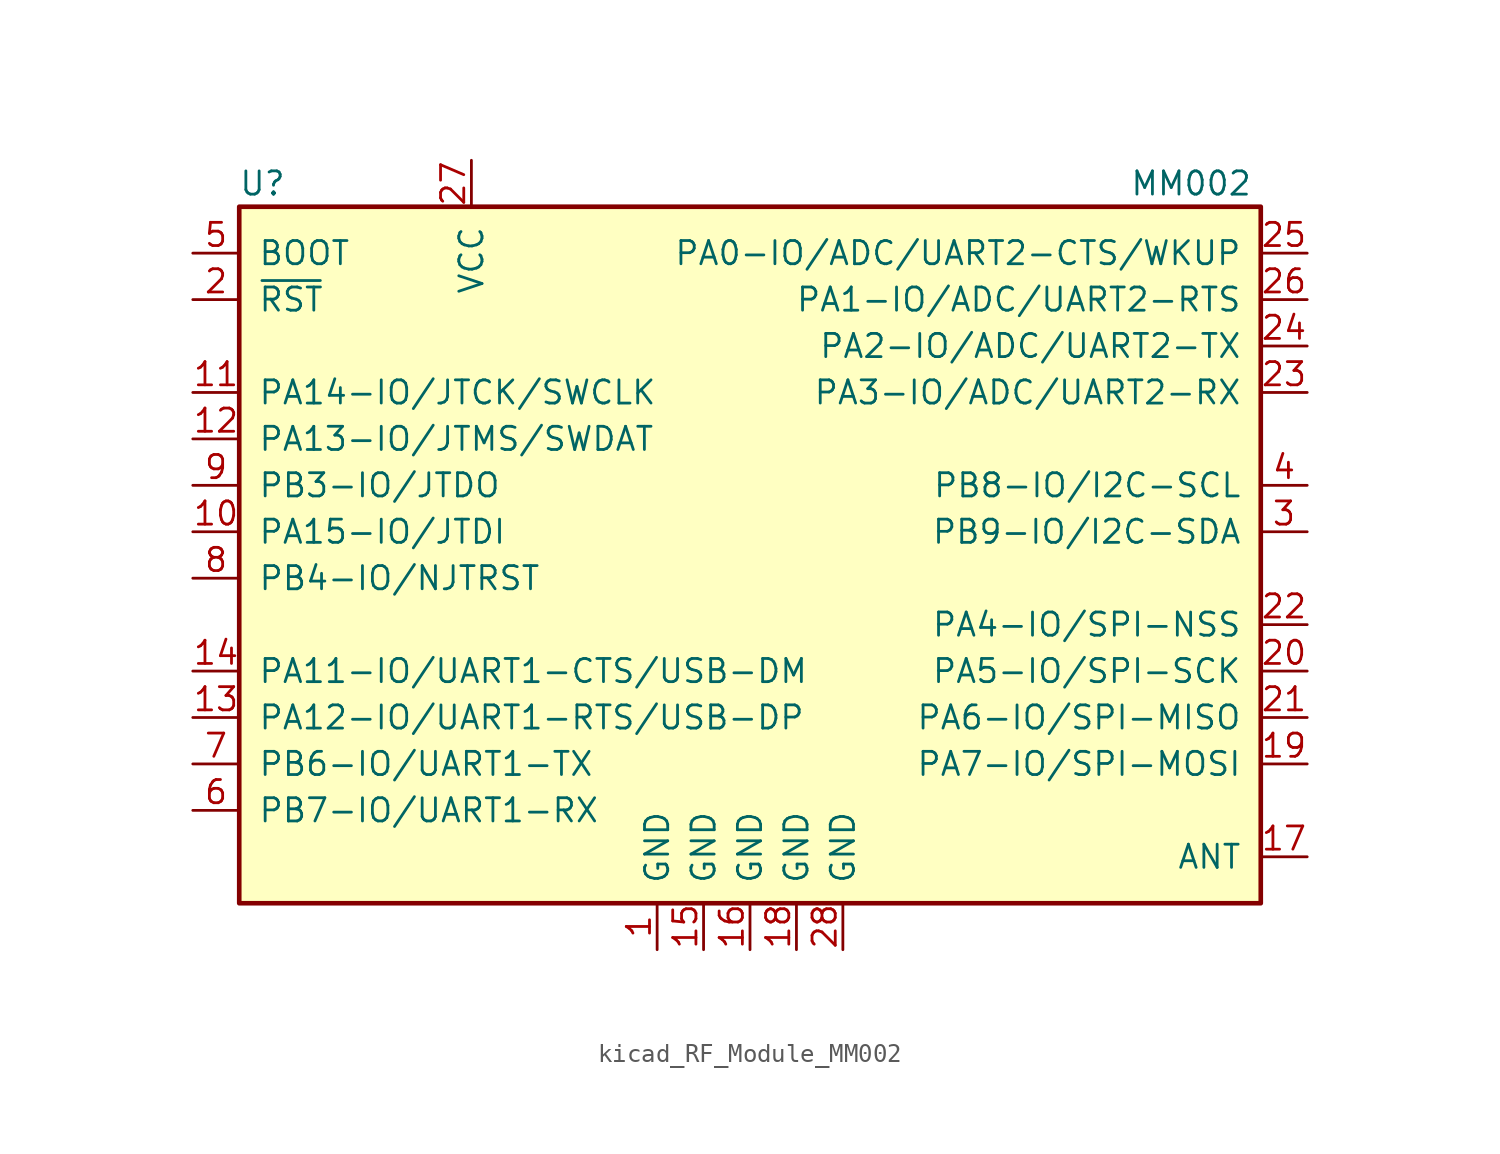
<source format=kicad_sym>
(kicad_symbol_lib
  (version 20220914)
  (generator kicad_symbol_editor)
  (symbol "kicad_RF_Module_MM002"
    (pin_names
      (offset 1.016))
    (property "Reference" "U"
      (at -26.67 21.59 0)
      (effects (font (size 1.27 1.27))))
    (property "Value" "MM002"
      (at 24.13 21.59 0)
      (effects (font (size 1.27 1.27))))
    (symbol "kicad_RF_Module_MM002_0_1"
      (rectangle (start -27.94 20.32) (end 27.94 -17.78) (stroke (width 0.254) (type default)) (fill (type background))))
    (symbol "kicad_RF_Module_MM002_1_1"
      (pin power_in line (at -5.08 -20.32 90) (length 2.54) (name "GND" (effects (font (size 1.27 1.27)))) (number "1" (effects (font (size 1.27 1.27)))))
      (pin bidirectional line (at -30.48 2.54 0) (length 2.54) (name "PA15-IO/JTDI" (effects (font (size 1.27 1.27)))) (number "10" (effects (font (size 1.27 1.27)))))
      (pin bidirectional line (at -30.48 10.16 0) (length 2.54) (name "PA14-IO/JTCK/SWCLK" (effects (font (size 1.27 1.27)))) (number "11" (effects (font (size 1.27 1.27)))))
      (pin bidirectional line (at -30.48 7.62 0) (length 2.54) (name "PA13-IO/JTMS/SWDAT" (effects (font (size 1.27 1.27)))) (number "12" (effects (font (size 1.27 1.27)))))
      (pin bidirectional line (at -30.48 -7.62 0) (length 2.54) (name "PA12-IO/UART1-RTS/USB-DP" (effects (font (size 1.27 1.27)))) (number "13" (effects (font (size 1.27 1.27)))))
      (pin bidirectional line (at -30.48 -5.08 0) (length 2.54) (name "PA11-IO/UART1-CTS/USB-DM" (effects (font (size 1.27 1.27)))) (number "14" (effects (font (size 1.27 1.27)))))
      (pin power_in line (at -2.54 -20.32 90) (length 2.54) (name "GND" (effects (font (size 1.27 1.27)))) (number "15" (effects (font (size 1.27 1.27)))))
      (pin power_in line (at 0 -20.32 90) (length 2.54) (name "GND" (effects (font (size 1.27 1.27)))) (number "16" (effects (font (size 1.27 1.27)))))
      (pin bidirectional line (at 30.48 -15.24 180) (length 2.54) (name "ANT" (effects (font (size 1.27 1.27)))) (number "17" (effects (font (size 1.27 1.27)))))
      (pin power_in line (at 2.54 -20.32 90) (length 2.54) (name "GND" (effects (font (size 1.27 1.27)))) (number "18" (effects (font (size 1.27 1.27)))))
      (pin bidirectional line (at 30.48 -10.16 180) (length 2.54) (name "PA7-IO/SPI-MOSI" (effects (font (size 1.27 1.27)))) (number "19" (effects (font (size 1.27 1.27)))))
      (pin input line (at -30.48 15.24 0) (length 2.54) (name "~{RST}" (effects (font (size 1.27 1.27)))) (number "2" (effects (font (size 1.27 1.27)))))
      (pin bidirectional line (at 30.48 -5.08 180) (length 2.54) (name "PA5-IO/SPI-SCK" (effects (font (size 1.27 1.27)))) (number "20" (effects (font (size 1.27 1.27)))))
      (pin bidirectional line (at 30.48 -7.62 180) (length 2.54) (name "PA6-IO/SPI-MISO" (effects (font (size 1.27 1.27)))) (number "21" (effects (font (size 1.27 1.27)))))
      (pin bidirectional line (at 30.48 -2.54 180) (length 2.54) (name "PA4-IO/SPI-NSS" (effects (font (size 1.27 1.27)))) (number "22" (effects (font (size 1.27 1.27)))))
      (pin bidirectional line (at 30.48 10.16 180) (length 2.54) (name "PA3-IO/ADC/UART2-RX" (effects (font (size 1.27 1.27)))) (number "23" (effects (font (size 1.27 1.27)))))
      (pin bidirectional line (at 30.48 12.7 180) (length 2.54) (name "PA2-IO/ADC/UART2-TX" (effects (font (size 1.27 1.27)))) (number "24" (effects (font (size 1.27 1.27)))))
      (pin bidirectional line (at 30.48 17.78 180) (length 2.54) (name "PA0-IO/ADC/UART2-CTS/WKUP" (effects (font (size 1.27 1.27)))) (number "25" (effects (font (size 1.27 1.27)))))
      (pin bidirectional line (at 30.48 15.24 180) (length 2.54) (name "PA1-IO/ADC/UART2-RTS" (effects (font (size 1.27 1.27)))) (number "26" (effects (font (size 1.27 1.27)))))
      (pin power_in line (at -15.24 22.86 270) (length 2.54) (name "VCC" (effects (font (size 1.27 1.27)))) (number "27" (effects (font (size 1.27 1.27)))))
      (pin power_in line (at 5.08 -20.32 90) (length 2.54) (name "GND" (effects (font (size 1.27 1.27)))) (number "28" (effects (font (size 1.27 1.27)))))
      (pin bidirectional line (at 30.48 2.54 180) (length 2.54) (name "PB9-IO/I2C-SDA" (effects (font (size 1.27 1.27)))) (number "3" (effects (font (size 1.27 1.27)))))
      (pin bidirectional line (at 30.48 5.08 180) (length 2.54) (name "PB8-IO/I2C-SCL" (effects (font (size 1.27 1.27)))) (number "4" (effects (font (size 1.27 1.27)))))
      (pin input line (at -30.48 17.78 0) (length 2.54) (name "BOOT" (effects (font (size 1.27 1.27)))) (number "5" (effects (font (size 1.27 1.27)))))
      (pin bidirectional line (at -30.48 -12.7 0) (length 2.54) (name "PB7-IO/UART1-RX" (effects (font (size 1.27 1.27)))) (number "6" (effects (font (size 1.27 1.27)))))
      (pin bidirectional line (at -30.48 -10.16 0) (length 2.54) (name "PB6-IO/UART1-TX" (effects (font (size 1.27 1.27)))) (number "7" (effects (font (size 1.27 1.27)))))
      (pin input line (at -30.48 0 0) (length 2.54) (name "PB4-IO/NJTRST" (effects (font (size 1.27 1.27)))) (number "8" (effects (font (size 1.27 1.27)))))
      (pin bidirectional line (at -30.48 5.08 0) (length 2.54) (name "PB3-IO/JTDO" (effects (font (size 1.27 1.27)))) (number "9" (effects (font (size 1.27 1.27))))))))
</source>
